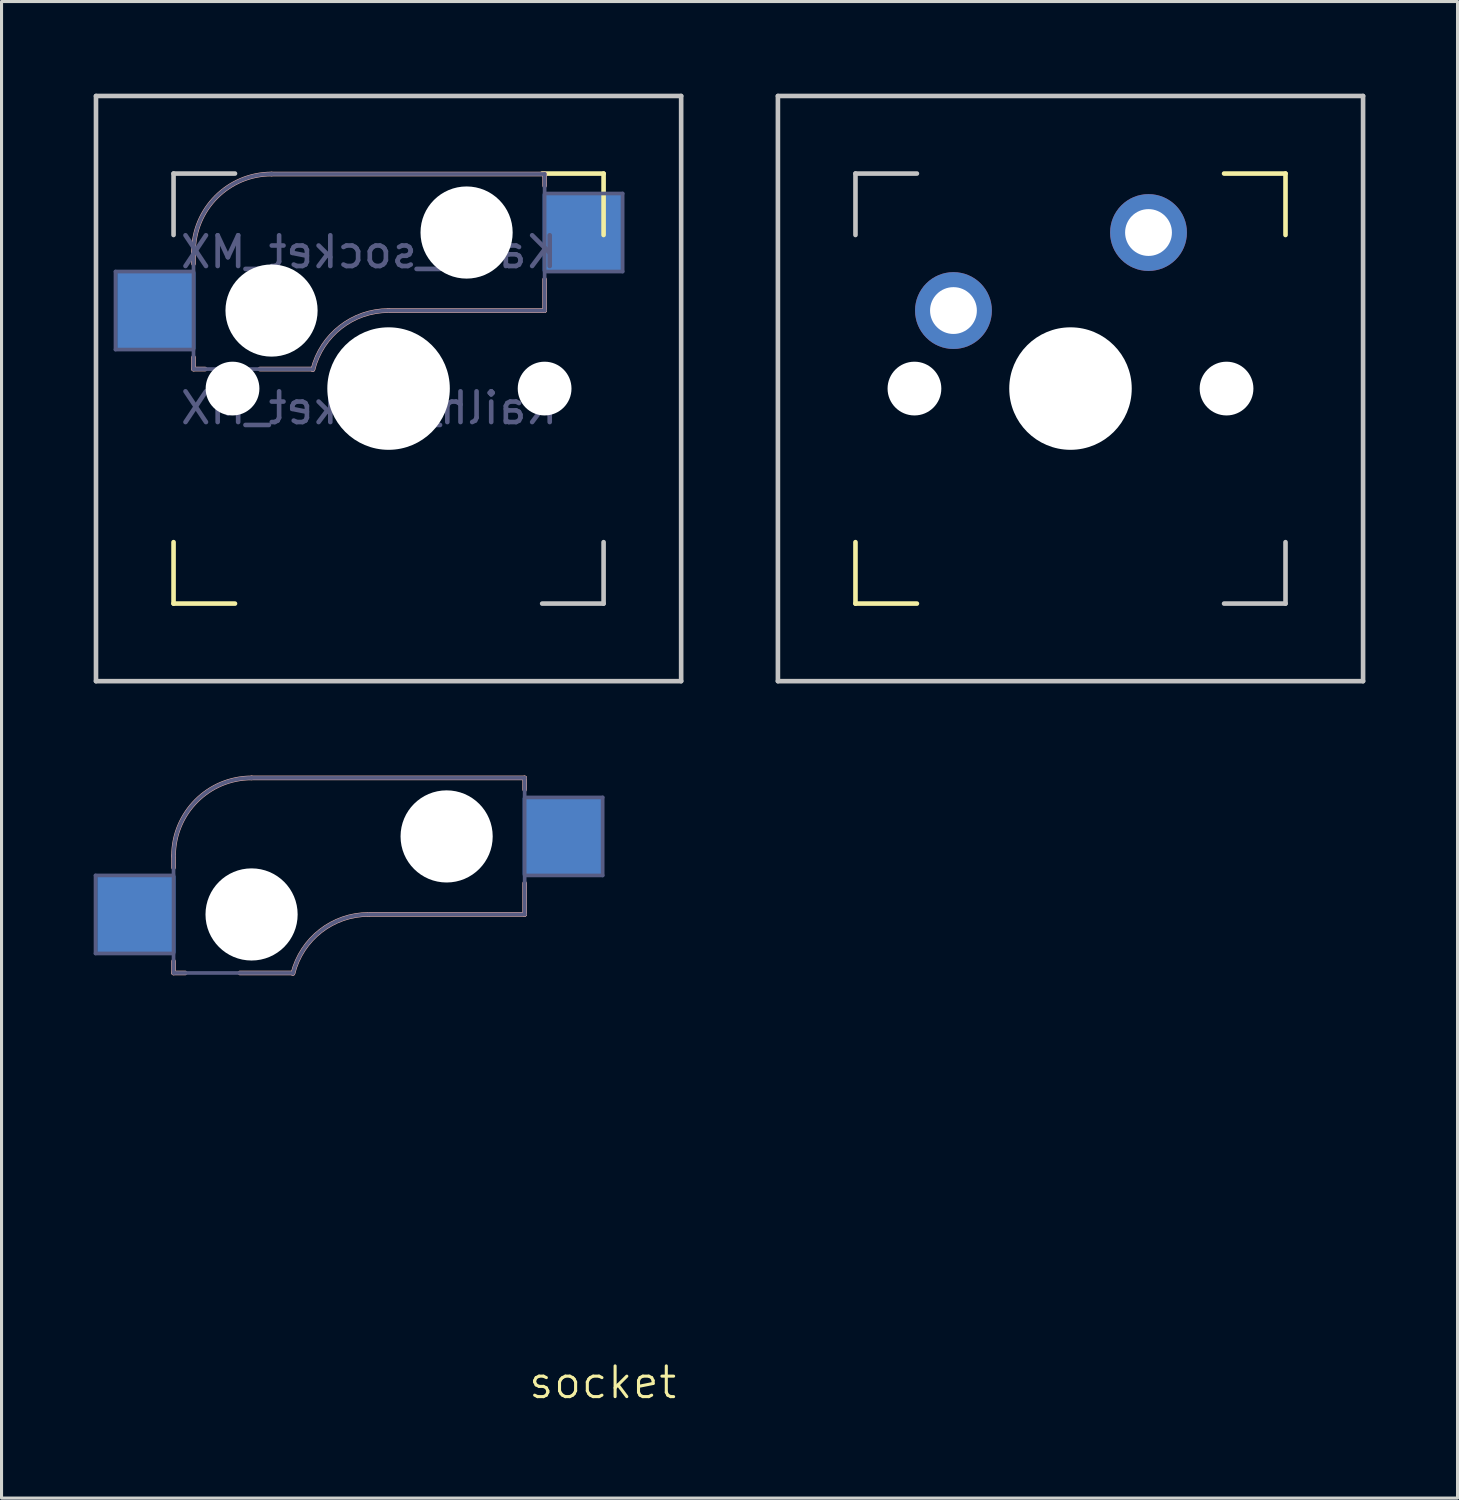
<source format=kicad_pcb>
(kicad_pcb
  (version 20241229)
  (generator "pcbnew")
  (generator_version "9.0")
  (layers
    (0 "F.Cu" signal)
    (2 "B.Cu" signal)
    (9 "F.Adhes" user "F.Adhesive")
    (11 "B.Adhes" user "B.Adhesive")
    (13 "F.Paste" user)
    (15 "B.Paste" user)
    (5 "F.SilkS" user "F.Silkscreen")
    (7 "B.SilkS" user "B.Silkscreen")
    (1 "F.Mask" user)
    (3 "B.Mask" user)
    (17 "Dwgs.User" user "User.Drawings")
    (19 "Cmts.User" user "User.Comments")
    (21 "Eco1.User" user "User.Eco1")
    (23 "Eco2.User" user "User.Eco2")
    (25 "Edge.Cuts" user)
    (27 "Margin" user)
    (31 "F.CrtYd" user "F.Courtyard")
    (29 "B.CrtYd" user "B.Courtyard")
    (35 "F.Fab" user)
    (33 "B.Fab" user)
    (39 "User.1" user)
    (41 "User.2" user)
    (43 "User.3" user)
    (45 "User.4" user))
  (footprint "socket"
    (layer "F.Cu")
    (at 8.95 29.26)
    (property "Reference" "socket" (at 7.62 12.7 0) (unlocked yes) (layer "F.SilkS") (effects (font (size 1 1) (thickness 0.1))))
    (attr smd)
    (fp_line (start -6.35 -4.445) (end -6.35 -4.064) (stroke (width 0.15) (type solid)) (layer "B.SilkS"))
    (fp_line (start -6.35 -1.016) (end -6.35 -0.635) (stroke (width 0.15) (type solid)) (layer "B.SilkS"))
    (fp_line (start -5.969 -0.635) (end -6.35 -0.635) (stroke (width 0.15) (type solid)) (layer "B.SilkS"))
    (fp_line (start -3.81 -6.985) (end 5.08 -6.985) (stroke (width 0.15) (type solid)) (layer "B.SilkS"))
    (fp_line (start -2.464 -0.635) (end -4.191 -0.635) (stroke (width 0.15) (type solid)) (layer "B.SilkS"))
    (fp_line (start 5.08 -6.985) (end 5.08 -6.604) (stroke (width 0.15) (type solid)) (layer "B.SilkS"))
    (fp_line (start 5.08 -3.556) (end 5.08 -2.54) (stroke (width 0.15) (type solid)) (layer "B.SilkS"))
    (fp_line (start 5.08 -2.54) (end 0 -2.54) (stroke (width 0.15) (type solid)) (layer "B.SilkS"))
    (fp_arc (start -6.35 -4.445) (mid -5.606051 -6.241051) (end -3.81 -6.985) (stroke (width 0.15) (type solid)) (layer "B.SilkS"))
    (fp_arc (start -2.464162 -0.61604) (mid -1.563147 -2.002042) (end 0 -2.54) (stroke (width 0.15) (type solid)) (layer "B.SilkS"))
    (fp_line (start -8.89 -3.81) (end -6.35 -3.81) (stroke (width 0.12) (type solid)) (layer "B.Fab"))
    (fp_line (start -8.89 -1.27) (end -8.89 -3.81) (stroke (width 0.12) (type solid)) (layer "B.Fab"))
    (fp_line (start -6.35 -1.27) (end -8.89 -1.27) (stroke (width 0.12) (type solid)) (layer "B.Fab"))
    (fp_line (start -6.35 -0.635) (end -6.35 -4.445) (stroke (width 0.12) (type solid)) (layer "B.Fab"))
    (fp_line (start -6.35 -0.635) (end -2.54 -0.635) (stroke (width 0.12) (type solid)) (layer "B.Fab"))
    (fp_line (start -3.81 -6.985) (end 5.08 -6.985) (stroke (width 0.12) (type solid)) (layer "B.Fab"))
    (fp_line (start 5.08 -6.985) (end 5.08 -2.54) (stroke (width 0.12) (type solid)) (layer "B.Fab"))
    (fp_line (start 5.08 -6.35) (end 7.62 -6.35) (stroke (width 0.12) (type solid)) (layer "B.Fab"))
    (fp_line (start 5.08 -2.54) (end 0 -2.54) (stroke (width 0.12) (type solid)) (layer "B.Fab"))
    (fp_line (start 7.62 -6.35) (end 7.62 -3.81) (stroke (width 0.12) (type solid)) (layer "B.Fab"))
    (fp_line (start 7.62 -3.81) (end 5.08 -3.81) (stroke (width 0.12) (type solid)) (layer "B.Fab"))
    (fp_arc (start -6.35 -4.445) (mid -5.606051 -6.241051) (end -3.81 -6.985) (stroke (width 0.12) (type solid)) (layer "B.Fab"))
    (fp_arc (start -2.464162 -0.61604) (mid -1.563147 -2.002042) (end 0 -2.54) (stroke (width 0.12) (type solid)) (layer "B.Fab"))
    (pad "" np_thru_hole circle (at -3.81 -2.54) (size 3 3) (drill 3) (layers "*.Cu" "*.Mask"))
    (pad "" np_thru_hole circle (at 2.54 -5.08) (size 3 3) (drill 3) (layers "*.Cu" "*.Mask"))
    (pad "1" smd rect (at -7.56 -2.54) (size 2.55 2.5) (layers "B.Cu" "B.Mask" "B.Paste"))
    (pad "2" smd rect (at 6.29 -5.08) (size 2.55 2.5) (layers "B.Cu" "B.Mask" "B.Paste")))
  (footprint "Kailh_socket_MX"
    (layer "F.Cu")
    (at 9.6 9.6)
    (property "Reference" "Kailh_socket_MX" (at 0 -8.255 0) (layer "User.1") (effects (font (size 1 1) (thickness 0.15)) (justify mirror)))
    (property "Value" "Kailh_socket_MX" (at 0 8.255 0) (layer "F.Fab") (hide yes) (effects (font (size 1 1) (thickness 0.15))))
    (attr smd)
    (fp_line (start -7 5) (end -7 7) (stroke (width 0.15) (type solid)) (layer "F.SilkS"))
    (fp_line (start -7 7) (end -5 7) (stroke (width 0.15) (type solid)) (layer "F.SilkS"))
    (fp_line (start 5 -7) (end 7 -7) (stroke (width 0.15) (type solid)) (layer "F.SilkS"))
    (fp_line (start 7 -7) (end 7 -5) (stroke (width 0.15) (type solid)) (layer "F.SilkS"))
    (fp_line (start -6.35 -4.445) (end -6.35 -4.064) (stroke (width 0.15) (type solid)) (layer "B.SilkS"))
    (fp_line (start -6.35 -1.016) (end -6.35 -0.635) (stroke (width 0.15) (type solid)) (layer "B.SilkS"))
    (fp_line (start -5.969 -0.635) (end -6.35 -0.635) (stroke (width 0.15) (type solid)) (layer "B.SilkS"))
    (fp_line (start -3.81 -6.985) (end 5.08 -6.985) (stroke (width 0.15) (type solid)) (layer "B.SilkS"))
    (fp_line (start -2.464 -0.635) (end -4.191 -0.635) (stroke (width 0.15) (type solid)) (layer "B.SilkS"))
    (fp_line (start 5.08 -6.985) (end 5.08 -6.604) (stroke (width 0.15) (type solid)) (layer "B.SilkS"))
    (fp_line (start 5.08 -3.556) (end 5.08 -2.54) (stroke (width 0.15) (type solid)) (layer "B.SilkS"))
    (fp_line (start 5.08 -2.54) (end 0 -2.54) (stroke (width 0.15) (type solid)) (layer "B.SilkS"))
    (fp_arc (start -6.35 -4.445) (mid -5.606051 -6.241051) (end -3.81 -6.985) (stroke (width 0.15) (type solid)) (layer "B.SilkS"))
    (fp_arc (start -2.464162 -0.61604) (mid -1.563147 -2.002042) (end 0 -2.54) (stroke (width 0.15) (type solid)) (layer "B.SilkS"))
    (fp_line (start -9.525 -9.525) (end 9.525 -9.525) (stroke (width 0.15) (type solid)) (layer "Dwgs.User"))
    (fp_line (start -9.525 9.525) (end -9.525 -9.525) (stroke (width 0.15) (type solid)) (layer "Dwgs.User"))
    (fp_line (start -7 -7) (end -7 -5) (stroke (width 0.15) (type solid)) (layer "Dwgs.User"))
    (fp_line (start -5 -7) (end -7 -7) (stroke (width 0.15) (type solid)) (layer "Dwgs.User"))
    (fp_line (start 5 7) (end 7 7) (stroke (width 0.15) (type solid)) (layer "Dwgs.User"))
    (fp_line (start 7 7) (end 7 5) (stroke (width 0.15) (type solid)) (layer "Dwgs.User"))
    (fp_line (start 9.525 -9.525) (end 9.525 9.525) (stroke (width 0.15) (type solid)) (layer "Dwgs.User"))
    (fp_line (start 9.525 9.525) (end -9.525 9.525) (stroke (width 0.15) (type solid)) (layer "Dwgs.User"))
    (fp_line (start -8.89 -3.81) (end -6.35 -3.81) (stroke (width 0.12) (type solid)) (layer "B.Fab"))
    (fp_line (start -8.89 -1.27) (end -8.89 -3.81) (stroke (width 0.12) (type solid)) (layer "B.Fab"))
    (fp_line (start -6.35 -1.27) (end -8.89 -1.27) (stroke (width 0.12) (type solid)) (layer "B.Fab"))
    (fp_line (start -6.35 -0.635) (end -6.35 -4.445) (stroke (width 0.12) (type solid)) (layer "B.Fab"))
    (fp_line (start -6.35 -0.635) (end -2.54 -0.635) (stroke (width 0.12) (type solid)) (layer "B.Fab"))
    (fp_line (start -3.81 -6.985) (end 5.08 -6.985) (stroke (width 0.12) (type solid)) (layer "B.Fab"))
    (fp_line (start 5.08 -6.985) (end 5.08 -2.54) (stroke (width 0.12) (type solid)) (layer "B.Fab"))
    (fp_line (start 5.08 -6.35) (end 7.62 -6.35) (stroke (width 0.12) (type solid)) (layer "B.Fab"))
    (fp_line (start 5.08 -2.54) (end 0 -2.54) (stroke (width 0.12) (type solid)) (layer "B.Fab"))
    (fp_line (start 7.62 -6.35) (end 7.62 -3.81) (stroke (width 0.12) (type solid)) (layer "B.Fab"))
    (fp_line (start 7.62 -3.81) (end 5.08 -3.81) (stroke (width 0.12) (type solid)) (layer "B.Fab"))
    (fp_arc (start -6.35 -4.445) (mid -5.606051 -6.241051) (end -3.81 -6.985) (stroke (width 0.12) (type solid)) (layer "B.Fab"))
    (fp_arc (start -2.464162 -0.61604) (mid -1.563147 -2.002042) (end 0 -2.54) (stroke (width 0.12) (type solid)) (layer "B.Fab"))
    (fp_text user "1U" (at 0 -3.302 180) (layer "Eco1.User") (effects (font (size 1 1) (thickness 0.15))))
    (fp_text user "${VALUE}" (at -0.635 0.635 0) (layer "B.Fab") (effects (font (size 1 1) (thickness 0.15)) (justify mirror)))
    (fp_text user "${REFERENCE}" (at -0.635 -4.445 0) (layer "B.Fab") (effects (font (size 1 1) (thickness 0.15)) (justify mirror)))
    (pad "" np_thru_hole circle (at -5.08 0 48.1) (size 1.75 1.75) (drill 1.75) (layers "*.Cu" "*.Mask"))
    (pad "" np_thru_hole circle (at -3.81 -2.54) (size 3 3) (drill 3) (layers "*.Cu" "*.Mask"))
    (pad "" np_thru_hole circle (at 0 0) (size 3.988 3.988) (drill 3.988) (layers "*.Cu" "*.Mask"))
    (pad "" np_thru_hole circle (at 2.54 -5.08) (size 3 3) (drill 3) (layers "*.Cu" "*.Mask"))
    (pad "" np_thru_hole circle (at 5.08 0 48.1) (size 1.75 1.75) (drill 1.75) (layers "*.Cu" "*.Mask"))
    (pad "1" smd rect (at -7.56 -2.54) (size 2.55 2.5) (layers "B.Cu" "B.Mask" "B.Paste"))
    (pad "2" smd rect (at 6.29 -5.08) (size 2.55 2.5) (layers "B.Cu" "B.Mask" "B.Paste")))
  (footprint "mx_1u"
    (layer "F.Cu")
    (at 31.8 9.6)
    (property "Reference" "mx_1u" (at 0 3.429 0) (layer "User.1") (effects (font (size 1 1) (thickness 0.15))))
    (attr through_hole)
    (fp_line (start -7 5) (end -7 7) (stroke (width 0.15) (type solid)) (layer "F.SilkS"))
    (fp_line (start -7 7) (end -5 7) (stroke (width 0.15) (type solid)) (layer "F.SilkS"))
    (fp_line (start 5 -7) (end 7 -7) (stroke (width 0.15) (type solid)) (layer "F.SilkS"))
    (fp_line (start 7 -7) (end 7 -5) (stroke (width 0.15) (type solid)) (layer "F.SilkS"))
    (fp_line (start -9.525 -9.525) (end 9.525 -9.525) (stroke (width 0.15) (type solid)) (layer "Dwgs.User"))
    (fp_line (start -9.525 9.525) (end -9.525 -9.525) (stroke (width 0.15) (type solid)) (layer "Dwgs.User"))
    (fp_line (start -7 -7) (end -7 -5) (stroke (width 0.15) (type solid)) (layer "Dwgs.User"))
    (fp_line (start -5 -7) (end -7 -7) (stroke (width 0.15) (type solid)) (layer "Dwgs.User"))
    (fp_line (start 5 7) (end 7 7) (stroke (width 0.15) (type solid)) (layer "Dwgs.User"))
    (fp_line (start 7 7) (end 7 5) (stroke (width 0.15) (type solid)) (layer "Dwgs.User"))
    (fp_line (start 9.525 -9.525) (end 9.525 9.525) (stroke (width 0.15) (type solid)) (layer "Dwgs.User"))
    (fp_line (start 9.525 9.525) (end -9.525 9.525) (stroke (width 0.15) (type solid)) (layer "Dwgs.User"))
    (fp_text user "1U" (at 0 -3.302 180) (layer "Eco1.User") (effects (font (size 1 1) (thickness 0.15))))
    (pad "" np_thru_hole circle (at -5.08 0 48.1) (size 1.75 1.75) (drill 1.75) (layers "*.Cu" "*.Mask"))
    (pad "" np_thru_hole circle (at 0 0) (size 3.988 3.988) (drill 3.988) (layers "*.Cu" "*.Mask"))
    (pad "" np_thru_hole circle (at 5.08 0 48.1) (size 1.75 1.75) (drill 1.75) (layers "*.Cu" "*.Mask"))
    (pad "1" thru_hole circle (at -3.81 -2.54) (size 2.5 2.5) (drill 1.524) (layers "*.Cu" "B.Mask"))
    (pad "2" thru_hole circle (at 2.54 -5.08) (size 2.5 2.5) (drill 1.524) (layers "*.Cu" "B.Mask")))
  (gr_rect
    (start -3 -3)
    (end 44.4 45.721)
    (stroke (width 0.1) (type default))
    (fill no)
    (layer "Edge.Cuts")))
</source>
